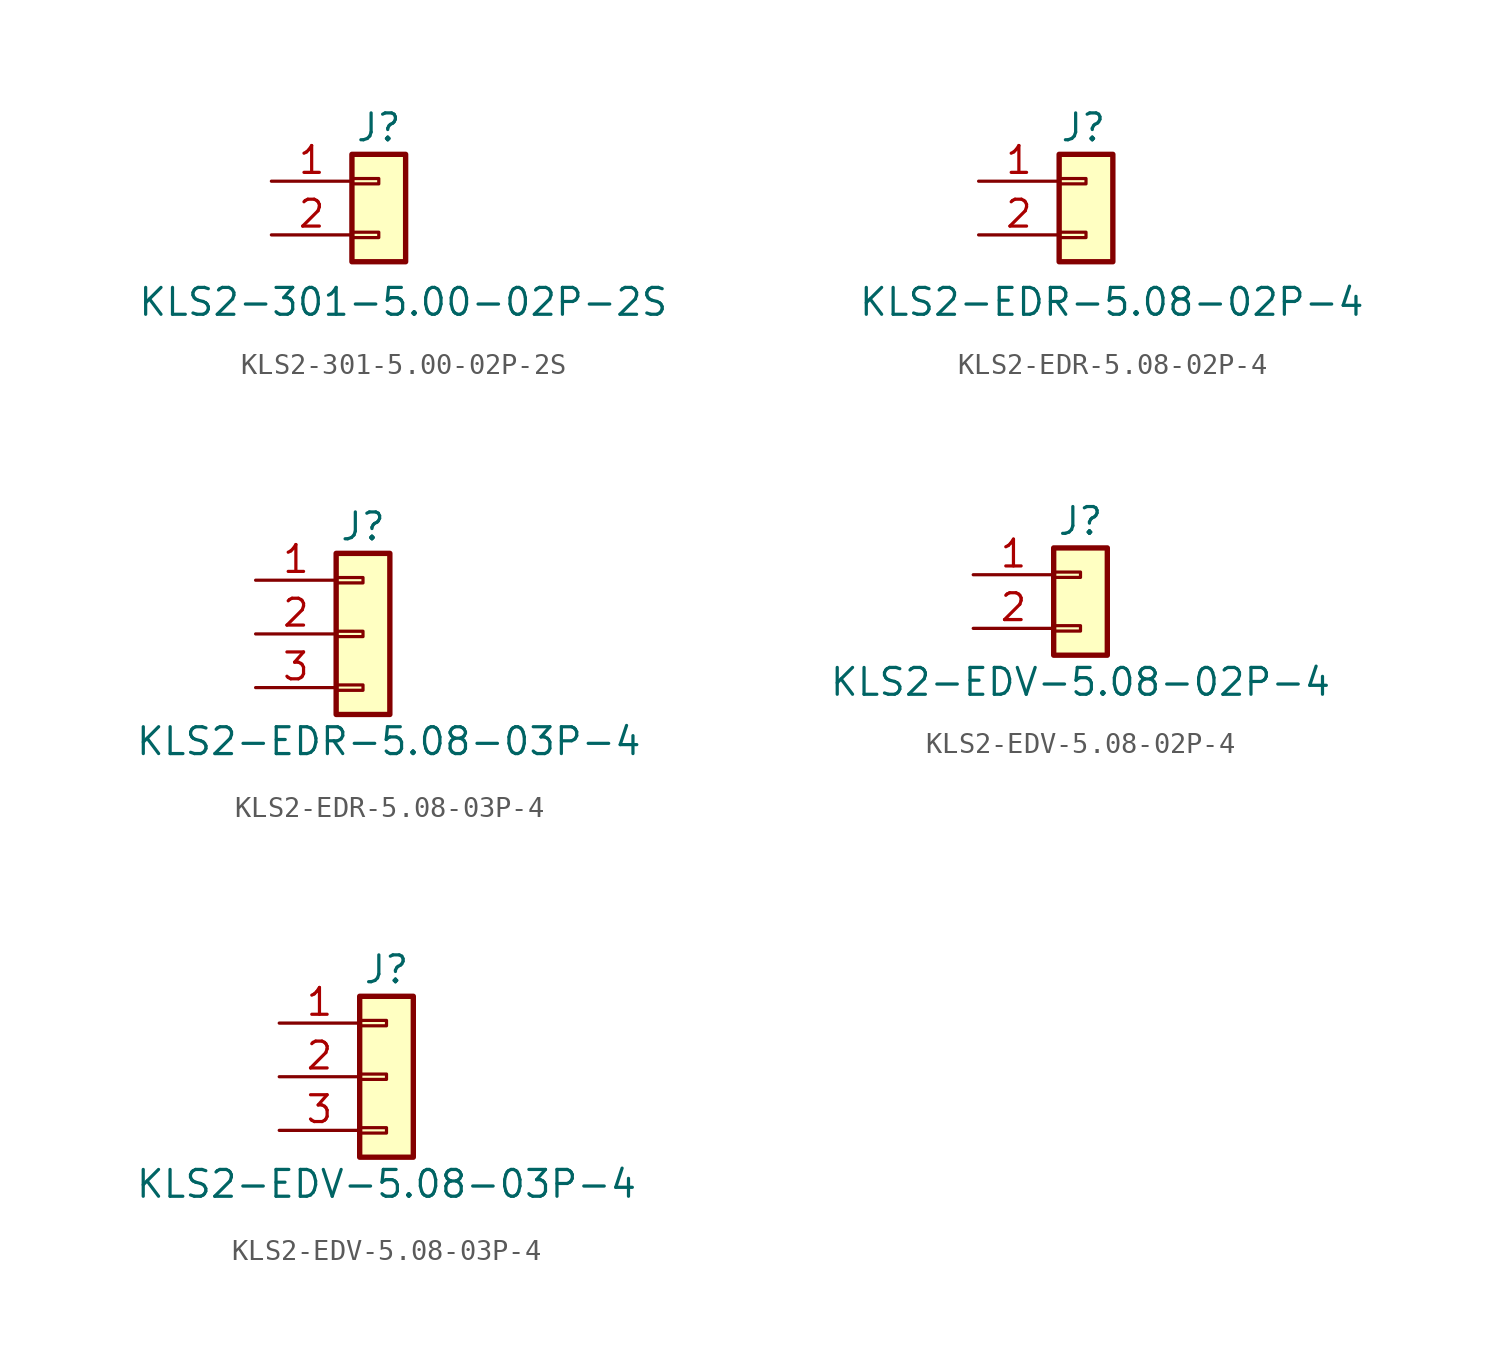
<source format=kicad_sym>
(kicad_symbol_lib
  (version 20231120)
  (generator "kicad_symbol_editor")
  (generator_version "8.0")
  (symbol "KLS2-301-5.00-02P-2S"
    (pin_names
      (offset 1.016))
    (property "Reference" "J"
      (at 0 3.81 0)
      (effects (font (size 1.27 1.27))))
    (property "Value" "KLS2-301-5.00-02P-2S"
      (at -11.43 -4.445 0)
      (effects (font (size 1.27 1.27)) (justify left)))
    (symbol "KLS2-301-5.00-02P-2S_1_1"
      (rectangle (start -1.27 -1.143) (end 0 -1.397) (stroke (width 0.152) (type default)) (fill (type none)))
      (rectangle (start -1.27 1.397) (end 0 1.143) (stroke (width 0.152) (type default)) (fill (type none)))
      (rectangle (start -1.27 2.54) (end 1.27 -2.54) (stroke (width 0.254) (type default)) (fill (type background)))
      (pin passive line (at -5.08 1.27 0) (length 3.81) (name "~" (effects (font (size 1.27 1.27)))) (number "1" (effects (font (size 1.27 1.27)))))
      (pin passive line (at -5.08 -1.27 0) (length 3.81) (name "~" (effects (font (size 1.27 1.27)))) (number "2" (effects (font (size 1.27 1.27)))))))
  (symbol "KLS2-EDR-5.08-02P-4"
    (pin_names
      (offset 1.016))
    (property "Reference" "J"
      (at -0.127 3.81 0)
      (effects (font (size 1.27 1.27))))
    (property "Value" "KLS2-EDR-5.08-02P-4"
      (at -10.795 -4.445 0)
      (effects (font (size 1.27 1.27)) (justify left)))
    (symbol "KLS2-EDR-5.08-02P-4_1_1"
      (rectangle (start -1.27 -1.143) (end 0 -1.397) (stroke (width 0.152) (type default)) (fill (type none)))
      (rectangle (start -1.27 1.397) (end 0 1.143) (stroke (width 0.152) (type default)) (fill (type none)))
      (rectangle (start -1.27 2.54) (end 1.27 -2.54) (stroke (width 0.254) (type default)) (fill (type background)))
      (pin passive line (at -5.08 1.27 0) (length 3.81) (name "~" (effects (font (size 1.27 1.27)))) (number "1" (effects (font (size 1.27 1.27)))))
      (pin passive line (at -5.08 -1.27 0) (length 3.81) (name "~" (effects (font (size 1.27 1.27)))) (number "2" (effects (font (size 1.27 1.27)))))))
  (symbol "KLS2-EDR-5.08-03P-4"
    (pin_names
      (offset 1.016))
    (property "Reference" "J"
      (at 0 5.08 0)
      (effects (font (size 1.27 1.27))))
    (property "Value" "KLS2-EDR-5.08-03P-4"
      (at -10.795 -5.08 0)
      (effects (font (size 1.27 1.27)) (justify left)))
    (symbol "KLS2-EDR-5.08-03P-4_1_1"
      (rectangle (start -1.27 -2.413) (end 0 -2.667) (stroke (width 0.152) (type default)) (fill (type none)))
      (rectangle (start -1.27 0.127) (end 0 -0.127) (stroke (width 0.152) (type default)) (fill (type none)))
      (rectangle (start -1.27 2.667) (end 0 2.413) (stroke (width 0.152) (type default)) (fill (type none)))
      (rectangle (start -1.27 3.81) (end 1.27 -3.81) (stroke (width 0.254) (type default)) (fill (type background)))
      (pin passive line (at -5.08 2.54 0) (length 3.81) (name "~" (effects (font (size 1.27 1.27)))) (number "1" (effects (font (size 1.27 1.27)))))
      (pin passive line (at -5.08 0 0) (length 3.81) (name "~" (effects (font (size 1.27 1.27)))) (number "2" (effects (font (size 1.27 1.27)))))
      (pin passive line (at -5.08 -2.54 0) (length 3.81) (name "~" (effects (font (size 1.27 1.27)))) (number "3" (effects (font (size 1.27 1.27)))))))
  (symbol "KLS2-EDV-5.08-02P-4"
    (property "Reference" "J"
      (at 0 3.81 0)
      (effects (font (size 1.27 1.27))))
    (property "Value" "KLS2-EDV-5.08-02P-4"
      (at 0 -3.81 0)
      (effects (font (size 1.27 1.27))))
    (symbol "KLS2-EDV-5.08-02P-4_1_1"
      (rectangle (start -1.27 -1.143) (end 0 -1.397) (stroke (width 0.152) (type default)) (fill (type none)))
      (rectangle (start -1.27 1.397) (end 0 1.143) (stroke (width 0.152) (type default)) (fill (type none)))
      (rectangle (start -1.27 2.54) (end 1.27 -2.54) (stroke (width 0.254) (type default)) (fill (type background)))
      (pin passive line (at -5.08 1.27 0) (length 3.81) (name "~" (effects (font (size 1.27 1.27)))) (number "1" (effects (font (size 1.27 1.27)))))
      (pin passive line (at -5.08 -1.27 0) (length 3.81) (name "~" (effects (font (size 1.27 1.27)))) (number "2" (effects (font (size 1.27 1.27)))))))
  (symbol "KLS2-EDV-5.08-03P-4"
    (property "Reference" "J"
      (at 0 5.08 0)
      (effects (font (size 1.27 1.27))))
    (property "Value" "KLS2-EDV-5.08-03P-4"
      (at 0 -5.08 0)
      (effects (font (size 1.27 1.27))))
    (symbol "KLS2-EDV-5.08-03P-4_1_1"
      (rectangle (start -1.27 -2.413) (end 0 -2.667) (stroke (width 0.152) (type default)) (fill (type none)))
      (rectangle (start -1.27 0.127) (end 0 -0.127) (stroke (width 0.152) (type default)) (fill (type none)))
      (rectangle (start -1.27 2.667) (end 0 2.413) (stroke (width 0.152) (type default)) (fill (type none)))
      (rectangle (start -1.27 3.81) (end 1.27 -3.81) (stroke (width 0.254) (type default)) (fill (type background)))
      (pin passive line (at -5.08 2.54 0) (length 3.81) (name "~" (effects (font (size 1.27 1.27)))) (number "1" (effects (font (size 1.27 1.27)))))
      (pin passive line (at -5.08 0 0) (length 3.81) (name "~" (effects (font (size 1.27 1.27)))) (number "2" (effects (font (size 1.27 1.27)))))
      (pin passive line (at -5.08 -2.54 0) (length 3.81) (name "~" (effects (font (size 1.27 1.27)))) (number "3" (effects (font (size 1.27 1.27))))))))
</source>
